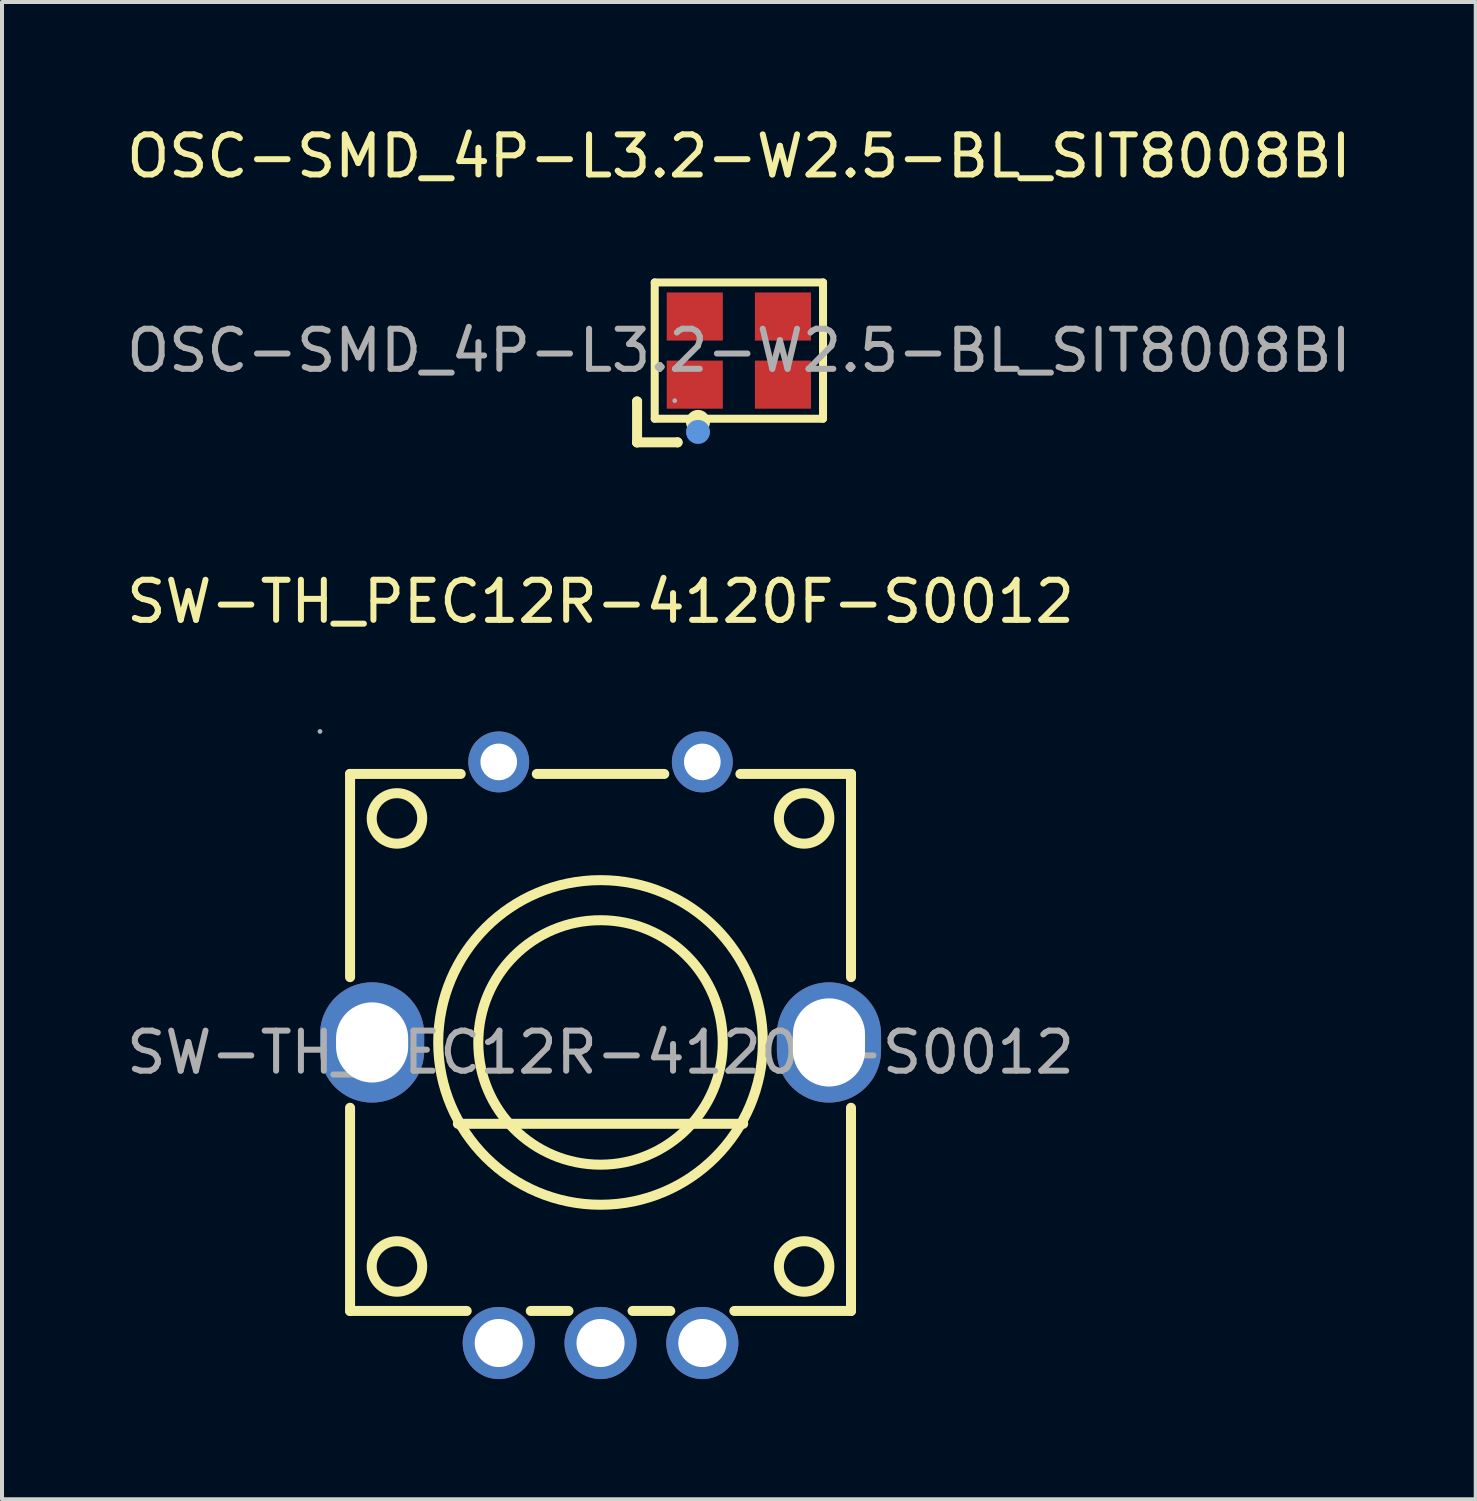
<source format=kicad_pcb>
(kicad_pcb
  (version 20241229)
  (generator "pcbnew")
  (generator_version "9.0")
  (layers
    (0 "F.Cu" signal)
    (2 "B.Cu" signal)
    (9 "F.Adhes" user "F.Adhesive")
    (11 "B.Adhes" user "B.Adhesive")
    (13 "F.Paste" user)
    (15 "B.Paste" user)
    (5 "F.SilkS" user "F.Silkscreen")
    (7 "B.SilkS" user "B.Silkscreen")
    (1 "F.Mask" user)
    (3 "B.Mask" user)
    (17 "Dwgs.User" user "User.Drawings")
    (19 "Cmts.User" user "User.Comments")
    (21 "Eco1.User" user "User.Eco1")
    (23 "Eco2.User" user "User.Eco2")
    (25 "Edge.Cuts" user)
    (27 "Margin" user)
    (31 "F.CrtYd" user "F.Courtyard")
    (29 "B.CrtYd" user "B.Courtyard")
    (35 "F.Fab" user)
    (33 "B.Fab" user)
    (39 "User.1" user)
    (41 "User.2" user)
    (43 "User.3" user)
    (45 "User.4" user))
  (footprint "OSC-SMD_4P-L3.2-W2.5-BL_SIT8008BI"
    (layer "F.Cu")
    (at 15.387 5.698)
    (property "Reference" "OSC-SMD_4P-L3.2-W2.5-BL_SIT8008BI" (at 0 -4.85 0) (layer "F.SilkS") (effects (font (size 1 1) (thickness 0.15))))
    (attr smd)
    (fp_line (start -2.54 1.27) (end -2.54 1.27) (stroke (width 0.25) (type solid)) (layer "F.SilkS"))
    (fp_line (start -2.54 1.27) (end -2.54 2.29) (stroke (width 0.25) (type solid)) (layer "F.SilkS"))
    (fp_line (start -2.54 2.29) (end -2.54 2.29) (stroke (width 0.25) (type solid)) (layer "F.SilkS"))
    (fp_line (start -2.54 2.29) (end -1.53 2.29) (stroke (width 0.25) (type solid)) (layer "F.SilkS"))
    (fp_line (start -2.1 -1.7) (end -2.1 1.7) (stroke (width 0.2) (type solid)) (layer "F.SilkS"))
    (fp_line (start -2.1 1.7) (end 2.1 1.7) (stroke (width 0.2) (type solid)) (layer "F.SilkS"))
    (fp_line (start -1.53 2.29) (end -1.53 2.29) (stroke (width 0.25) (type solid)) (layer "F.SilkS"))
    (fp_line (start 2.1 -1.7) (end -2.1 -1.7) (stroke (width 0.2) (type solid)) (layer "F.SilkS"))
    (fp_line (start 2.1 1.7) (end 2.1 -1.7) (stroke (width 0.2) (type solid)) (layer "F.SilkS"))
    (fp_arc (start -1.02 1.78) (mid -1.02 1.78) (end -1.02 1.78) (stroke (width 0.3) (type solid)) (layer "F.SilkS"))
    (fp_circle (center -1.02 2.03) (end -0.87 2.03) (stroke (width 0.3) (type solid)) (fill no) (layer "Cmts.User"))
    (fp_circle (center -1.6 1.25) (end -1.57 1.25) (stroke (width 0.06) (type solid)) (fill no) (layer "F.Fab"))
    (fp_text user "${REFERENCE}" (at 0 0 0) (layer "F.Fab") (effects (font (size 1 1) (thickness 0.15))))
    (pad "1" smd rect (at -1.1 0.85) (size 1.4 1.2) (layers "F.Cu" "F.Mask" "F.Paste"))
    (pad "2" smd rect (at 1.1 0.85) (size 1.4 1.2) (layers "F.Cu" "F.Mask" "F.Paste"))
    (pad "3" smd rect (at 1.1 -0.85) (size 1.4 1.2) (layers "F.Cu" "F.Mask" "F.Paste"))
    (pad "4" smd rect (at -1.1 -0.85) (size 1.4 1.2) (layers "F.Cu" "F.Mask" "F.Paste")))
  (footprint "SW-TH_PEC12R-4120F-S0012"
    (layer "F.Cu")
    (at 11.935 23.212)
    (property "Reference" "SW-TH_PEC12R-4120F-S0012" (at 0 -11.25 0) (layer "F.SilkS") (effects (font (size 1 1) (thickness 0.15))))
    (attr through_hole)
    (fp_line (start -6.25 -6.95) (end -6.25 -1.88) (stroke (width 0.25) (type solid)) (layer "F.SilkS"))
    (fp_line (start -6.25 -6.95) (end -3.49 -6.95) (stroke (width 0.25) (type solid)) (layer "F.SilkS"))
    (fp_line (start -6.25 1.38) (end -6.25 6.45) (stroke (width 0.25) (type solid)) (layer "F.SilkS"))
    (fp_line (start -6.25 6.45) (end -3.34 6.45) (stroke (width 0.25) (type solid)) (layer "F.SilkS"))
    (fp_line (start -3.56 1.78) (end 3.56 1.78) (stroke (width 0.25) (type solid)) (layer "F.SilkS"))
    (fp_line (start -1.74 6.45) (end -0.8 6.45) (stroke (width 0.25) (type solid)) (layer "F.SilkS"))
    (fp_line (start -1.59 -6.95) (end 1.59 -6.95) (stroke (width 0.25) (type solid)) (layer "F.SilkS"))
    (fp_line (start 0.8 6.45) (end 1.74 6.45) (stroke (width 0.25) (type solid)) (layer "F.SilkS"))
    (fp_line (start 3.34 6.45) (end 6.25 6.45) (stroke (width 0.25) (type solid)) (layer "F.SilkS"))
    (fp_line (start 3.49 -6.95) (end 6.25 -6.95) (stroke (width 0.25) (type solid)) (layer "F.SilkS"))
    (fp_line (start 6.25 -6.95) (end 6.25 -1.88) (stroke (width 0.25) (type solid)) (layer "F.SilkS"))
    (fp_line (start 6.25 1.38) (end 6.25 6.45) (stroke (width 0.25) (type solid)) (layer "F.SilkS"))
    (fp_circle (center -5.08 -5.84) (end -4.45 -5.84) (stroke (width 0.25) (type solid)) (fill no) (layer "F.SilkS"))
    (fp_circle (center -5.08 5.34) (end -4.45 5.34) (stroke (width 0.25) (type solid)) (fill no) (layer "F.SilkS"))
    (fp_circle (center 0 -0.25) (end 3.05 -0.25) (stroke (width 0.25) (type solid)) (fill no) (layer "F.SilkS"))
    (fp_circle (center 0 -0.25) (end 4.05 -0.25) (stroke (width 0.25) (type solid)) (fill no) (layer "F.SilkS"))
    (fp_circle (center 5.08 -5.84) (end 5.71 -5.84) (stroke (width 0.25) (type solid)) (fill no) (layer "F.SilkS"))
    (fp_circle (center 5.08 5.34) (end 5.71 5.34) (stroke (width 0.25) (type solid)) (fill no) (layer "F.SilkS"))
    (fp_circle (center -7 -8.01) (end -6.97 -8.01) (stroke (width 0.06) (type solid)) (fill no) (layer "F.Fab"))
    (fp_circle (center -2.54 -7.25) (end -2.36 -7.25) (stroke (width 0.36) (type solid)) (fill no) (layer "F.Fab"))
    (fp_circle (center -2.54 7.25) (end -2.29 7.25) (stroke (width 0.5) (type solid)) (fill no) (layer "F.Fab"))
    (fp_circle (center 0 7.25) (end 0.25 7.25) (stroke (width 0.5) (type solid)) (fill no) (layer "F.Fab"))
    (fp_circle (center 2.54 -7.25) (end 2.72 -7.25) (stroke (width 0.36) (type solid)) (fill no) (layer "F.Fab"))
    (fp_circle (center 2.54 7.25) (end 2.79 7.25) (stroke (width 0.5) (type solid)) (fill no) (layer "F.Fab"))
    (fp_text user "${REFERENCE}" (at 0 0 0) (layer "F.Fab") (effects (font (size 1 1) (thickness 0.15))))
    (pad "1" thru_hole circle (at -2.54 -7.25) (size 1.52 1.52) (drill 0.914) (layers "*.Cu" "*.Mask"))
    (pad "2" thru_hole circle (at 2.54 -7.25) (size 1.52 1.52) (drill 0.914) (layers "*.Cu" "*.Mask"))
    (pad "3" thru_hole oval (at 5.7 -0.25) (size 2.6 3) (drill oval 1.8 2.2) (layers "*.Cu" "*.Mask"))
    (pad "4" thru_hole oval (at -5.7 -0.25 180) (size 2.6 3) (drill oval 1.8 2) (layers "*.Cu" "*.Mask"))
    (pad "A" thru_hole circle (at -2.54 7.25) (size 1.8 1.8) (drill 1.2) (layers "*.Cu" "*.Mask"))
    (pad "B" thru_hole circle (at 2.54 7.25) (size 1.8 1.8) (drill 1.2) (layers "*.Cu" "*.Mask"))
    (pad "C" thru_hole circle (at 0 7.25) (size 1.8 1.8) (drill 1.2) (layers "*.Cu" "*.Mask")))
  (gr_rect
    (start -3 -3)
    (end 33.774 34.361)
    (stroke (width 0.1) (type default))
    (fill no)
    (layer "Edge.Cuts")))
</source>
